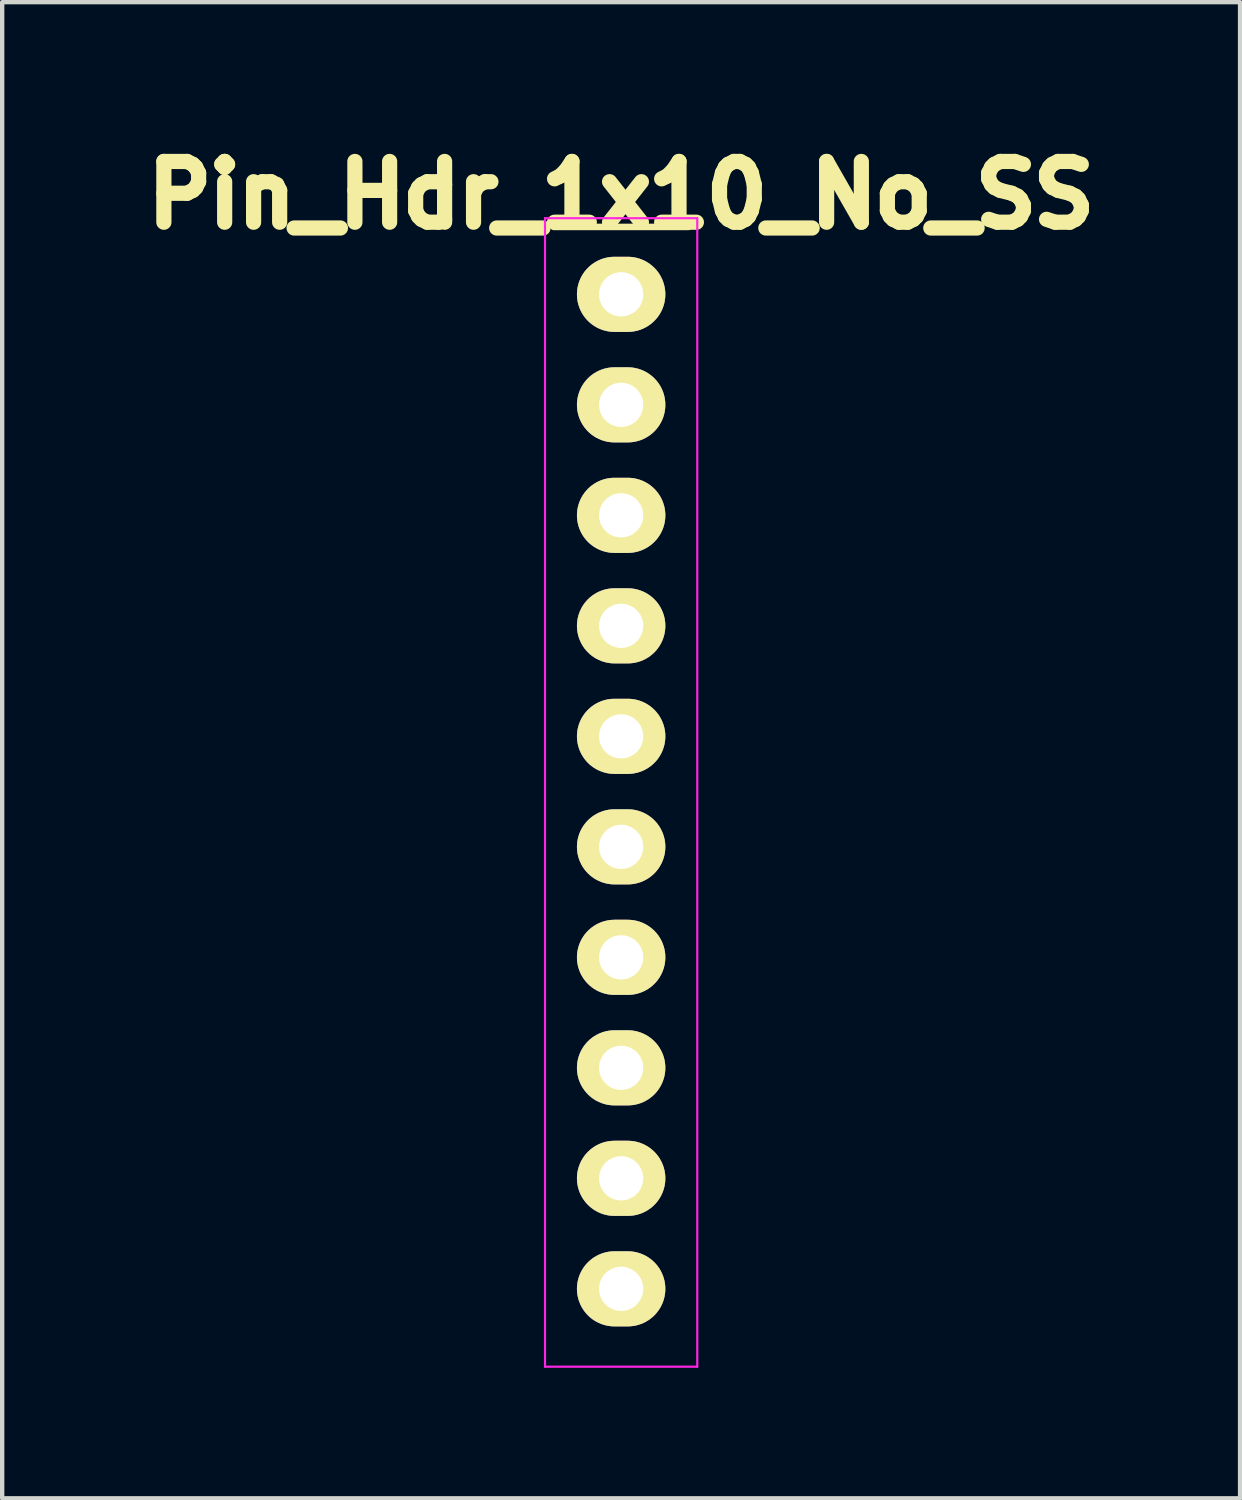
<source format=kicad_pcb>
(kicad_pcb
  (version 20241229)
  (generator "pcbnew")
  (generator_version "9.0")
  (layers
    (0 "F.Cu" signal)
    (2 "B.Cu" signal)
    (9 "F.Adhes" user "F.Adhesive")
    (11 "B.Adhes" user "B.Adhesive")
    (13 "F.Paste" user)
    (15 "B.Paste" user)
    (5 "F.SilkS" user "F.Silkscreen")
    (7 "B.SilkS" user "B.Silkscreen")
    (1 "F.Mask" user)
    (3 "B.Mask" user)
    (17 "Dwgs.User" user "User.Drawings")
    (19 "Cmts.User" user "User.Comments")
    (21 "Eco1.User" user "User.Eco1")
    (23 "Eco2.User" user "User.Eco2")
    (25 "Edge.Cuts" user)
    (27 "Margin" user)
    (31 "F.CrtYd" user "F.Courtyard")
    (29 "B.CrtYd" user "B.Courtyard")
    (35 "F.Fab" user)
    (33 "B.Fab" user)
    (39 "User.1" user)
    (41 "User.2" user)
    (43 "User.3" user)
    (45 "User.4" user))
  (footprint "Pin_Hdr_1x10_No_SS"
    (layer "F.Cu")
    (at 11.228 3.716)
    (property "Reference" "Pin_Hdr_1x10_No_SS" (at 0 -2.286 0) (layer "F.SilkS") (effects (font (size 1.397 1.397) (thickness 0.381))))
    (attr through_hole)
    (fp_line (start -1.55 -1.55) (end 1.55 -1.55) (stroke (width 0.15) (type solid)) (layer "F.SilkS"))
    (fp_line (start -1.75 -1.75) (end -1.75 24.65) (stroke (width 0.05) (type solid)) (layer "F.CrtYd"))
    (fp_line (start -1.75 -1.75) (end 1.75 -1.75) (stroke (width 0.05) (type solid)) (layer "F.CrtYd"))
    (fp_line (start -1.75 24.65) (end 1.75 24.65) (stroke (width 0.05) (type solid)) (layer "F.CrtYd"))
    (fp_line (start 1.75 -1.75) (end 1.75 24.65) (stroke (width 0.05) (type solid)) (layer "F.CrtYd"))
    (pad "1" thru_hole oval (at 0 0) (size 2.032 1.727) (drill 1.016) (layers "*.Cu" "*.Mask" "F.SilkS"))
    (pad "2" thru_hole oval (at 0 2.54) (size 2.032 1.727) (drill 1.016) (layers "*.Cu" "*.Mask" "F.SilkS"))
    (pad "3" thru_hole oval (at 0 5.08) (size 2.032 1.727) (drill 1.016) (layers "*.Cu" "*.Mask" "F.SilkS"))
    (pad "4" thru_hole oval (at 0 7.62) (size 2.032 1.727) (drill 1.016) (layers "*.Cu" "*.Mask" "F.SilkS"))
    (pad "5" thru_hole oval (at 0 10.16) (size 2.032 1.727) (drill 1.016) (layers "*.Cu" "*.Mask" "F.SilkS"))
    (pad "6" thru_hole oval (at 0 12.7) (size 2.032 1.727) (drill 1.016) (layers "*.Cu" "*.Mask" "F.SilkS"))
    (pad "7" thru_hole oval (at 0 15.24) (size 2.032 1.727) (drill 1.016) (layers "*.Cu" "*.Mask" "F.SilkS"))
    (pad "8" thru_hole oval (at 0 17.78) (size 2.032 1.727) (drill 1.016) (layers "*.Cu" "*.Mask" "F.SilkS"))
    (pad "9" thru_hole oval (at 0 20.32) (size 2.032 1.727) (drill 1.016) (layers "*.Cu" "*.Mask" "F.SilkS"))
    (pad "10" thru_hole oval (at 0 22.86) (size 2.032 1.727) (drill 1.016) (layers "*.Cu" "*.Mask" "F.SilkS")))
  (gr_rect
    (start -3 -3)
    (end 25.455 31.391)
    (stroke (width 0.1) (type default))
    (fill no)
    (layer "Edge.Cuts")))
</source>
